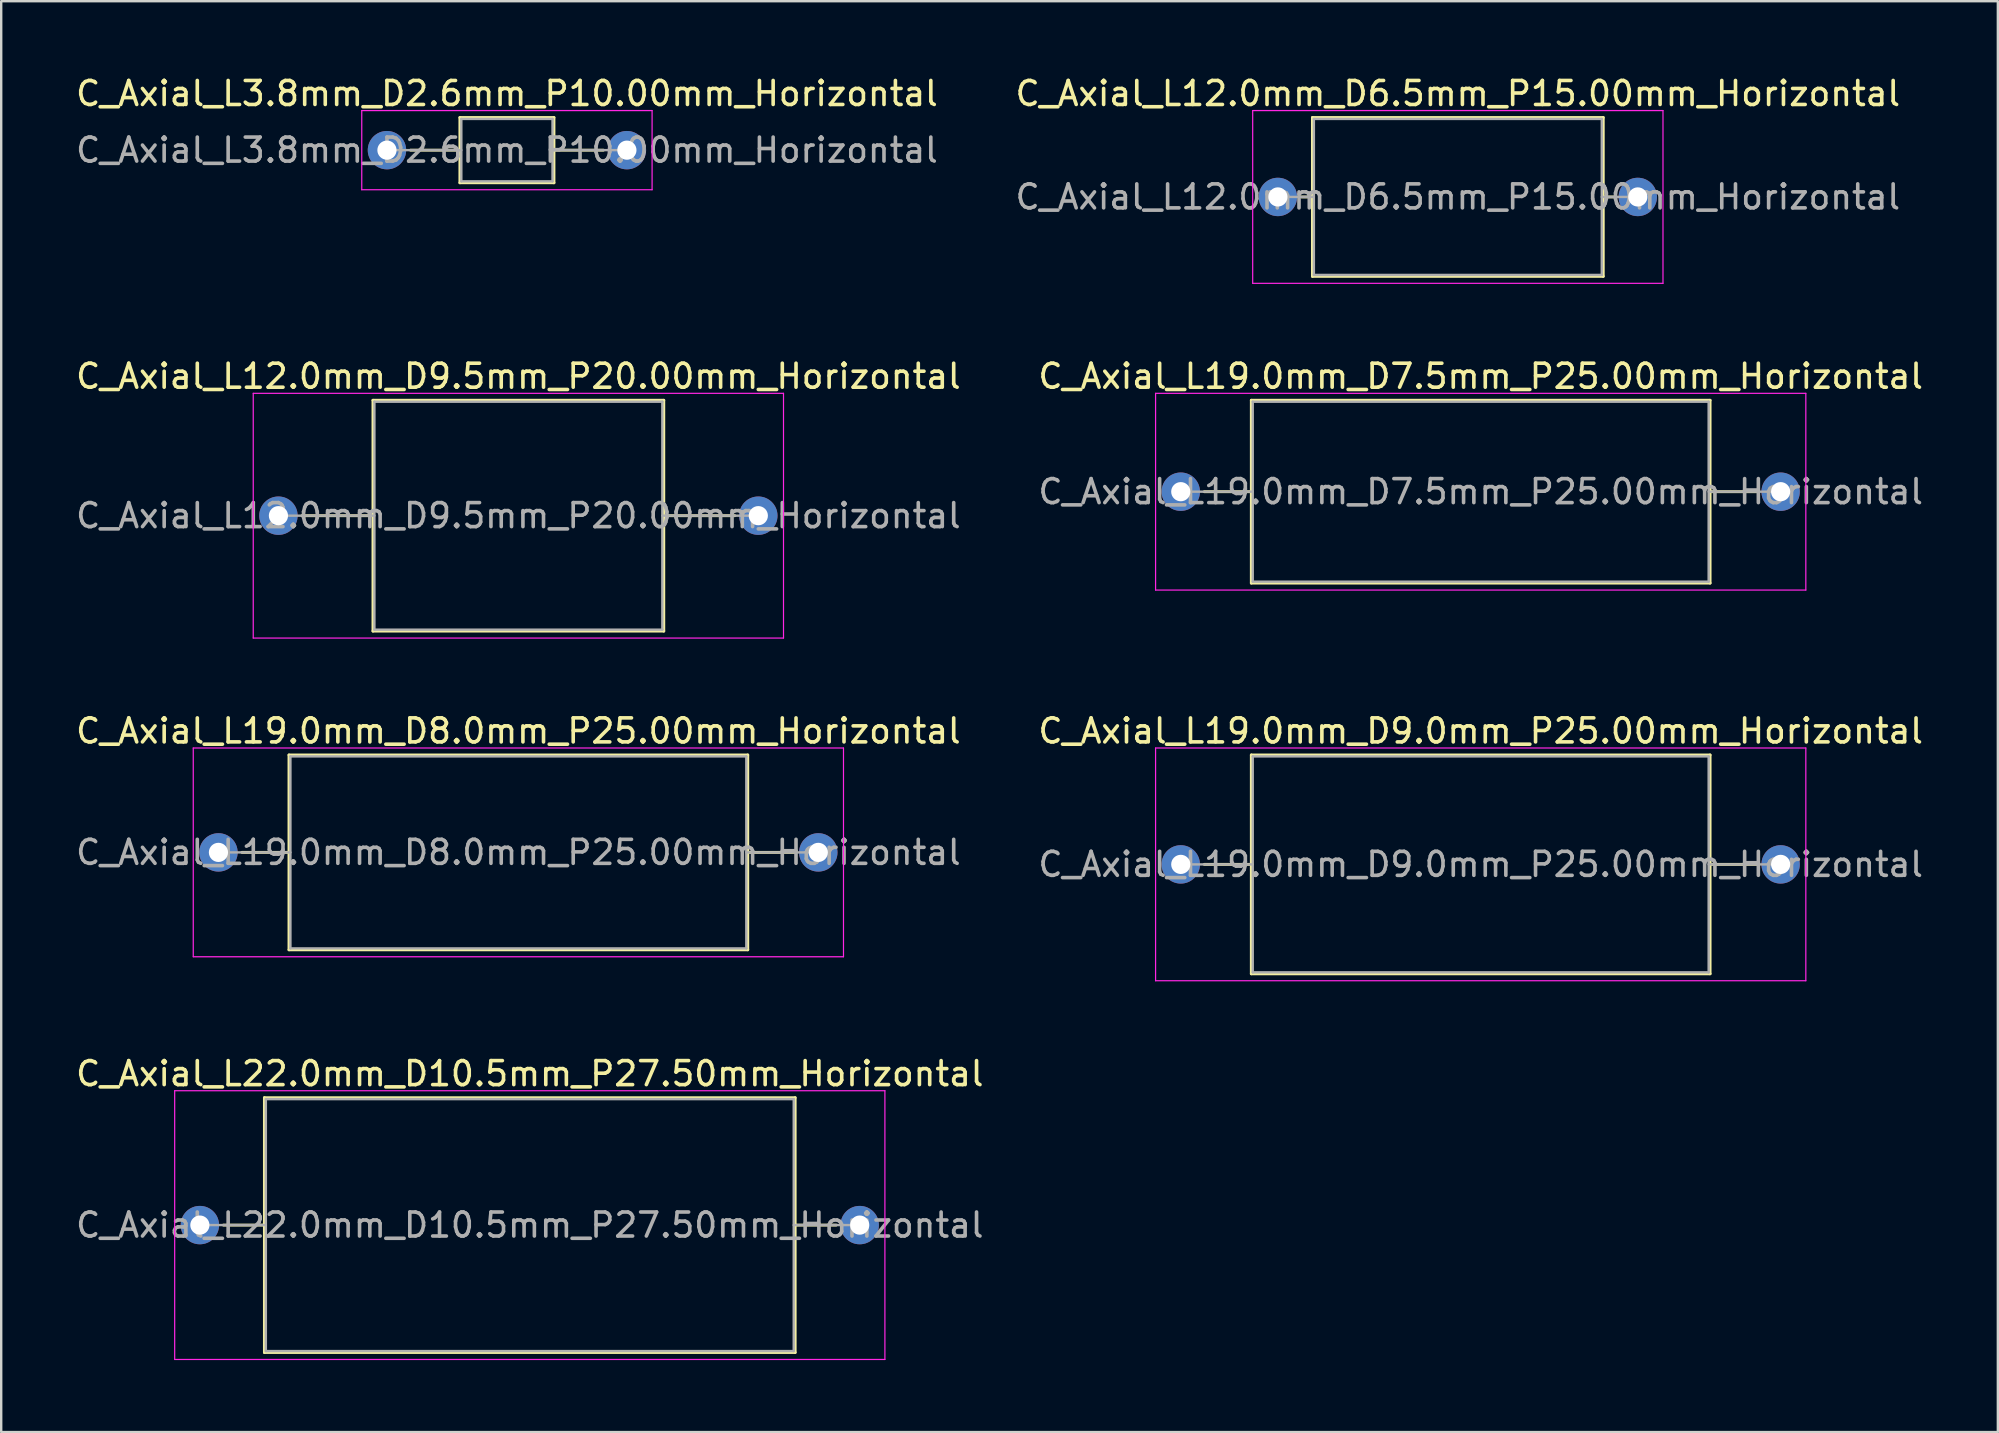
<source format=kicad_pcb>
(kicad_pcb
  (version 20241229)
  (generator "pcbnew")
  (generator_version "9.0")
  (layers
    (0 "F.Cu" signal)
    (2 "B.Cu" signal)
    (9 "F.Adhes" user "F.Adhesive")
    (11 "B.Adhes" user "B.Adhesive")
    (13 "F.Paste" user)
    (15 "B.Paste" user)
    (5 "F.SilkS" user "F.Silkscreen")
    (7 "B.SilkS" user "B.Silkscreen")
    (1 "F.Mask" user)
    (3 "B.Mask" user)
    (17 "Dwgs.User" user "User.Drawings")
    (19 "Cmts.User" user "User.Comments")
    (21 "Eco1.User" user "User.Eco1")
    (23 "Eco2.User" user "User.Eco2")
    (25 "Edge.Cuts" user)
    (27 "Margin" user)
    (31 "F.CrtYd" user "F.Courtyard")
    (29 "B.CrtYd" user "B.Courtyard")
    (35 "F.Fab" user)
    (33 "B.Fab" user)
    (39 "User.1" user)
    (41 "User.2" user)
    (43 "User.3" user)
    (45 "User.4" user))
  (footprint "C_Axial_L19.0mm_D8.0mm_P25.00mm_Horizontal"
    (layer "F.Cu")
    (at 6.054 32.475)
    (property "Reference" "C_Axial_L19.0mm_D8.0mm_P25.00mm_Horizontal" (at 12.5 -5.06 0) (layer "F.SilkS") (effects (font (size 1 1) (thickness 0.15))))
    (attr through_hole)
    (fp_line (start 0.98 0) (end 2.94 0) (stroke (width 0.12) (type solid)) (layer "F.SilkS"))
    (fp_line (start 2.94 -4.06) (end 2.94 4.06) (stroke (width 0.12) (type solid)) (layer "F.SilkS"))
    (fp_line (start 2.94 4.06) (end 22.06 4.06) (stroke (width 0.12) (type solid)) (layer "F.SilkS"))
    (fp_line (start 22.06 -4.06) (end 2.94 -4.06) (stroke (width 0.12) (type solid)) (layer "F.SilkS"))
    (fp_line (start 22.06 4.06) (end 22.06 -4.06) (stroke (width 0.12) (type solid)) (layer "F.SilkS"))
    (fp_line (start 24.02 0) (end 22.06 0) (stroke (width 0.12) (type solid)) (layer "F.SilkS"))
    (fp_line (start -1.05 -4.35) (end -1.05 4.35) (stroke (width 0.05) (type solid)) (layer "F.CrtYd"))
    (fp_line (start -1.05 4.35) (end 26.05 4.35) (stroke (width 0.05) (type solid)) (layer "F.CrtYd"))
    (fp_line (start 26.05 -4.35) (end -1.05 -4.35) (stroke (width 0.05) (type solid)) (layer "F.CrtYd"))
    (fp_line (start 26.05 4.35) (end 26.05 -4.35) (stroke (width 0.05) (type solid)) (layer "F.CrtYd"))
    (fp_line (start 0 0) (end 3 0) (stroke (width 0.1) (type solid)) (layer "F.Fab"))
    (fp_line (start 3 -4) (end 3 4) (stroke (width 0.1) (type solid)) (layer "F.Fab"))
    (fp_line (start 3 4) (end 22 4) (stroke (width 0.1) (type solid)) (layer "F.Fab"))
    (fp_line (start 22 -4) (end 3 -4) (stroke (width 0.1) (type solid)) (layer "F.Fab"))
    (fp_line (start 22 4) (end 22 -4) (stroke (width 0.1) (type solid)) (layer "F.Fab"))
    (fp_line (start 25 0) (end 22 0) (stroke (width 0.1) (type solid)) (layer "F.Fab"))
    (fp_text user "${REFERENCE}" (at 12.5 0 0) (layer "F.Fab") (effects (font (size 1 1) (thickness 0.15))))
    (pad "1" thru_hole circle (at 0 0) (size 1.6 1.6) (drill 0.8) (layers "*.Cu" "*.Mask"))
    (pad "2" thru_hole oval (at 25 0) (size 1.6 1.6) (drill 0.8) (layers "*.Cu" "*.Mask")))
  (footprint "C_Axial_L3.8mm_D2.6mm_P10.00mm_Horizontal"
    (layer "F.Cu")
    (at 13.077 3.208)
    (property "Reference" "C_Axial_L3.8mm_D2.6mm_P10.00mm_Horizontal" (at 5 -2.36 0) (layer "F.SilkS") (effects (font (size 1 1) (thickness 0.15))))
    (attr through_hole)
    (fp_line (start 0.98 0) (end 3.04 0) (stroke (width 0.12) (type solid)) (layer "F.SilkS"))
    (fp_line (start 3.04 -1.36) (end 3.04 1.36) (stroke (width 0.12) (type solid)) (layer "F.SilkS"))
    (fp_line (start 3.04 1.36) (end 6.96 1.36) (stroke (width 0.12) (type solid)) (layer "F.SilkS"))
    (fp_line (start 6.96 -1.36) (end 3.04 -1.36) (stroke (width 0.12) (type solid)) (layer "F.SilkS"))
    (fp_line (start 6.96 1.36) (end 6.96 -1.36) (stroke (width 0.12) (type solid)) (layer "F.SilkS"))
    (fp_line (start 9.02 0) (end 6.96 0) (stroke (width 0.12) (type solid)) (layer "F.SilkS"))
    (fp_line (start -1.05 -1.65) (end -1.05 1.65) (stroke (width 0.05) (type solid)) (layer "F.CrtYd"))
    (fp_line (start -1.05 1.65) (end 11.05 1.65) (stroke (width 0.05) (type solid)) (layer "F.CrtYd"))
    (fp_line (start 11.05 -1.65) (end -1.05 -1.65) (stroke (width 0.05) (type solid)) (layer "F.CrtYd"))
    (fp_line (start 11.05 1.65) (end 11.05 -1.65) (stroke (width 0.05) (type solid)) (layer "F.CrtYd"))
    (fp_line (start 0 0) (end 3.1 0) (stroke (width 0.1) (type solid)) (layer "F.Fab"))
    (fp_line (start 3.1 -1.3) (end 3.1 1.3) (stroke (width 0.1) (type solid)) (layer "F.Fab"))
    (fp_line (start 3.1 1.3) (end 6.9 1.3) (stroke (width 0.1) (type solid)) (layer "F.Fab"))
    (fp_line (start 6.9 -1.3) (end 3.1 -1.3) (stroke (width 0.1) (type solid)) (layer "F.Fab"))
    (fp_line (start 6.9 1.3) (end 6.9 -1.3) (stroke (width 0.1) (type solid)) (layer "F.Fab"))
    (fp_line (start 10 0) (end 6.9 0) (stroke (width 0.1) (type solid)) (layer "F.Fab"))
    (fp_text user "${REFERENCE}" (at 5 0 0) (layer "F.Fab") (effects (font (size 1 1) (thickness 0.15))))
    (pad "1" thru_hole circle (at 0 0) (size 1.6 1.6) (drill 0.8) (layers "*.Cu" "*.Mask"))
    (pad "2" thru_hole oval (at 10 0) (size 1.6 1.6) (drill 0.8) (layers "*.Cu" "*.Mask")))
  (footprint "C_Axial_L19.0mm_D7.5mm_P25.00mm_Horizontal"
    (layer "F.Cu")
    (at 46.161 17.442)
    (property "Reference" "C_Axial_L19.0mm_D7.5mm_P25.00mm_Horizontal" (at 12.5 -4.81 0) (layer "F.SilkS") (effects (font (size 1 1) (thickness 0.15))))
    (attr through_hole)
    (fp_line (start 0.98 0) (end 2.94 0) (stroke (width 0.12) (type solid)) (layer "F.SilkS"))
    (fp_line (start 2.94 -3.81) (end 2.94 3.81) (stroke (width 0.12) (type solid)) (layer "F.SilkS"))
    (fp_line (start 2.94 3.81) (end 22.06 3.81) (stroke (width 0.12) (type solid)) (layer "F.SilkS"))
    (fp_line (start 22.06 -3.81) (end 2.94 -3.81) (stroke (width 0.12) (type solid)) (layer "F.SilkS"))
    (fp_line (start 22.06 3.81) (end 22.06 -3.81) (stroke (width 0.12) (type solid)) (layer "F.SilkS"))
    (fp_line (start 24.02 0) (end 22.06 0) (stroke (width 0.12) (type solid)) (layer "F.SilkS"))
    (fp_line (start -1.05 -4.1) (end -1.05 4.1) (stroke (width 0.05) (type solid)) (layer "F.CrtYd"))
    (fp_line (start -1.05 4.1) (end 26.05 4.1) (stroke (width 0.05) (type solid)) (layer "F.CrtYd"))
    (fp_line (start 26.05 -4.1) (end -1.05 -4.1) (stroke (width 0.05) (type solid)) (layer "F.CrtYd"))
    (fp_line (start 26.05 4.1) (end 26.05 -4.1) (stroke (width 0.05) (type solid)) (layer "F.CrtYd"))
    (fp_line (start 0 0) (end 3 0) (stroke (width 0.1) (type solid)) (layer "F.Fab"))
    (fp_line (start 3 -3.75) (end 3 3.75) (stroke (width 0.1) (type solid)) (layer "F.Fab"))
    (fp_line (start 3 3.75) (end 22 3.75) (stroke (width 0.1) (type solid)) (layer "F.Fab"))
    (fp_line (start 22 -3.75) (end 3 -3.75) (stroke (width 0.1) (type solid)) (layer "F.Fab"))
    (fp_line (start 22 3.75) (end 22 -3.75) (stroke (width 0.1) (type solid)) (layer "F.Fab"))
    (fp_line (start 25 0) (end 22 0) (stroke (width 0.1) (type solid)) (layer "F.Fab"))
    (fp_text user "${REFERENCE}" (at 12.5 0 0) (layer "F.Fab") (effects (font (size 1 1) (thickness 0.15))))
    (pad "1" thru_hole circle (at 0 0) (size 1.6 1.6) (drill 0.8) (layers "*.Cu" "*.Mask"))
    (pad "2" thru_hole oval (at 25 0) (size 1.6 1.6) (drill 0.8) (layers "*.Cu" "*.Mask")))
  (footprint "C_Axial_L22.0mm_D10.5mm_P27.50mm_Horizontal"
    (layer "F.Cu")
    (at 5.28 48.008)
    (property "Reference" "C_Axial_L22.0mm_D10.5mm_P27.50mm_Horizontal" (at 13.75 -6.31 0) (layer "F.SilkS") (effects (font (size 1 1) (thickness 0.15))))
    (attr through_hole)
    (fp_line (start 0.98 0) (end 2.69 0) (stroke (width 0.12) (type solid)) (layer "F.SilkS"))
    (fp_line (start 2.69 -5.31) (end 2.69 5.31) (stroke (width 0.12) (type solid)) (layer "F.SilkS"))
    (fp_line (start 2.69 5.31) (end 24.81 5.31) (stroke (width 0.12) (type solid)) (layer "F.SilkS"))
    (fp_line (start 24.81 -5.31) (end 2.69 -5.31) (stroke (width 0.12) (type solid)) (layer "F.SilkS"))
    (fp_line (start 24.81 5.31) (end 24.81 -5.31) (stroke (width 0.12) (type solid)) (layer "F.SilkS"))
    (fp_line (start 26.52 0) (end 24.81 0) (stroke (width 0.12) (type solid)) (layer "F.SilkS"))
    (fp_line (start -1.05 -5.6) (end -1.05 5.6) (stroke (width 0.05) (type solid)) (layer "F.CrtYd"))
    (fp_line (start -1.05 5.6) (end 28.55 5.6) (stroke (width 0.05) (type solid)) (layer "F.CrtYd"))
    (fp_line (start 28.55 -5.6) (end -1.05 -5.6) (stroke (width 0.05) (type solid)) (layer "F.CrtYd"))
    (fp_line (start 28.55 5.6) (end 28.55 -5.6) (stroke (width 0.05) (type solid)) (layer "F.CrtYd"))
    (fp_line (start 0 0) (end 2.75 0) (stroke (width 0.1) (type solid)) (layer "F.Fab"))
    (fp_line (start 2.75 -5.25) (end 2.75 5.25) (stroke (width 0.1) (type solid)) (layer "F.Fab"))
    (fp_line (start 2.75 5.25) (end 24.75 5.25) (stroke (width 0.1) (type solid)) (layer "F.Fab"))
    (fp_line (start 24.75 -5.25) (end 2.75 -5.25) (stroke (width 0.1) (type solid)) (layer "F.Fab"))
    (fp_line (start 24.75 5.25) (end 24.75 -5.25) (stroke (width 0.1) (type solid)) (layer "F.Fab"))
    (fp_line (start 27.5 0) (end 24.75 0) (stroke (width 0.1) (type solid)) (layer "F.Fab"))
    (fp_text user "${REFERENCE}" (at 13.75 0 0) (layer "F.Fab") (effects (font (size 1 1) (thickness 0.15))))
    (pad "1" thru_hole circle (at 0 0) (size 1.6 1.6) (drill 0.8) (layers "*.Cu" "*.Mask"))
    (pad "2" thru_hole oval (at 27.5 0) (size 1.6 1.6) (drill 0.8) (layers "*.Cu" "*.Mask")))
  (footprint "C_Axial_L19.0mm_D9.0mm_P25.00mm_Horizontal"
    (layer "F.Cu")
    (at 46.161 32.975)
    (property "Reference" "C_Axial_L19.0mm_D9.0mm_P25.00mm_Horizontal" (at 12.5 -5.56 0) (layer "F.SilkS") (effects (font (size 1 1) (thickness 0.15))))
    (attr through_hole)
    (fp_line (start 0.98 0) (end 2.94 0) (stroke (width 0.12) (type solid)) (layer "F.SilkS"))
    (fp_line (start 2.94 -4.56) (end 2.94 4.56) (stroke (width 0.12) (type solid)) (layer "F.SilkS"))
    (fp_line (start 2.94 4.56) (end 22.06 4.56) (stroke (width 0.12) (type solid)) (layer "F.SilkS"))
    (fp_line (start 22.06 -4.56) (end 2.94 -4.56) (stroke (width 0.12) (type solid)) (layer "F.SilkS"))
    (fp_line (start 22.06 4.56) (end 22.06 -4.56) (stroke (width 0.12) (type solid)) (layer "F.SilkS"))
    (fp_line (start 24.02 0) (end 22.06 0) (stroke (width 0.12) (type solid)) (layer "F.SilkS"))
    (fp_line (start -1.05 -4.85) (end -1.05 4.85) (stroke (width 0.05) (type solid)) (layer "F.CrtYd"))
    (fp_line (start -1.05 4.85) (end 26.05 4.85) (stroke (width 0.05) (type solid)) (layer "F.CrtYd"))
    (fp_line (start 26.05 -4.85) (end -1.05 -4.85) (stroke (width 0.05) (type solid)) (layer "F.CrtYd"))
    (fp_line (start 26.05 4.85) (end 26.05 -4.85) (stroke (width 0.05) (type solid)) (layer "F.CrtYd"))
    (fp_line (start 0 0) (end 3 0) (stroke (width 0.1) (type solid)) (layer "F.Fab"))
    (fp_line (start 3 -4.5) (end 3 4.5) (stroke (width 0.1) (type solid)) (layer "F.Fab"))
    (fp_line (start 3 4.5) (end 22 4.5) (stroke (width 0.1) (type solid)) (layer "F.Fab"))
    (fp_line (start 22 -4.5) (end 3 -4.5) (stroke (width 0.1) (type solid)) (layer "F.Fab"))
    (fp_line (start 22 4.5) (end 22 -4.5) (stroke (width 0.1) (type solid)) (layer "F.Fab"))
    (fp_line (start 25 0) (end 22 0) (stroke (width 0.1) (type solid)) (layer "F.Fab"))
    (fp_text user "${REFERENCE}" (at 12.5 0 0) (layer "F.Fab") (effects (font (size 1 1) (thickness 0.15))))
    (pad "1" thru_hole circle (at 0 0) (size 1.6 1.6) (drill 0.8) (layers "*.Cu" "*.Mask"))
    (pad "2" thru_hole oval (at 25 0) (size 1.6 1.6) (drill 0.8) (layers "*.Cu" "*.Mask")))
  (footprint "C_Axial_L12.0mm_D6.5mm_P15.00mm_Horizontal"
    (layer "F.Cu")
    (at 50.208 5.158)
    (property "Reference" "C_Axial_L12.0mm_D6.5mm_P15.00mm_Horizontal" (at 7.5 -4.31 0) (layer "F.SilkS") (effects (font (size 1 1) (thickness 0.15))))
    (attr through_hole)
    (fp_line (start 0.98 0) (end 1.44 0) (stroke (width 0.12) (type solid)) (layer "F.SilkS"))
    (fp_line (start 1.44 -3.31) (end 1.44 3.31) (stroke (width 0.12) (type solid)) (layer "F.SilkS"))
    (fp_line (start 1.44 3.31) (end 13.56 3.31) (stroke (width 0.12) (type solid)) (layer "F.SilkS"))
    (fp_line (start 13.56 -3.31) (end 1.44 -3.31) (stroke (width 0.12) (type solid)) (layer "F.SilkS"))
    (fp_line (start 13.56 3.31) (end 13.56 -3.31) (stroke (width 0.12) (type solid)) (layer "F.SilkS"))
    (fp_line (start 14.02 0) (end 13.56 0) (stroke (width 0.12) (type solid)) (layer "F.SilkS"))
    (fp_line (start -1.05 -3.6) (end -1.05 3.6) (stroke (width 0.05) (type solid)) (layer "F.CrtYd"))
    (fp_line (start -1.05 3.6) (end 16.05 3.6) (stroke (width 0.05) (type solid)) (layer "F.CrtYd"))
    (fp_line (start 16.05 -3.6) (end -1.05 -3.6) (stroke (width 0.05) (type solid)) (layer "F.CrtYd"))
    (fp_line (start 16.05 3.6) (end 16.05 -3.6) (stroke (width 0.05) (type solid)) (layer "F.CrtYd"))
    (fp_line (start 0 0) (end 1.5 0) (stroke (width 0.1) (type solid)) (layer "F.Fab"))
    (fp_line (start 1.5 -3.25) (end 1.5 3.25) (stroke (width 0.1) (type solid)) (layer "F.Fab"))
    (fp_line (start 1.5 3.25) (end 13.5 3.25) (stroke (width 0.1) (type solid)) (layer "F.Fab"))
    (fp_line (start 13.5 -3.25) (end 1.5 -3.25) (stroke (width 0.1) (type solid)) (layer "F.Fab"))
    (fp_line (start 13.5 3.25) (end 13.5 -3.25) (stroke (width 0.1) (type solid)) (layer "F.Fab"))
    (fp_line (start 15 0) (end 13.5 0) (stroke (width 0.1) (type solid)) (layer "F.Fab"))
    (fp_text user "${REFERENCE}" (at 7.5 0 0) (layer "F.Fab") (effects (font (size 1 1) (thickness 0.15))))
    (pad "1" thru_hole circle (at 0 0) (size 1.6 1.6) (drill 0.8) (layers "*.Cu" "*.Mask"))
    (pad "2" thru_hole oval (at 15 0) (size 1.6 1.6) (drill 0.8) (layers "*.Cu" "*.Mask")))
  (footprint "C_Axial_L12.0mm_D9.5mm_P20.00mm_Horizontal"
    (layer "F.Cu")
    (at 8.554 18.442)
    (property "Reference" "C_Axial_L12.0mm_D9.5mm_P20.00mm_Horizontal" (at 10 -5.81 0) (layer "F.SilkS") (effects (font (size 1 1) (thickness 0.15))))
    (attr through_hole)
    (fp_line (start 0.98 0) (end 3.94 0) (stroke (width 0.12) (type solid)) (layer "F.SilkS"))
    (fp_line (start 3.94 -4.81) (end 3.94 4.81) (stroke (width 0.12) (type solid)) (layer "F.SilkS"))
    (fp_line (start 3.94 4.81) (end 16.06 4.81) (stroke (width 0.12) (type solid)) (layer "F.SilkS"))
    (fp_line (start 16.06 -4.81) (end 3.94 -4.81) (stroke (width 0.12) (type solid)) (layer "F.SilkS"))
    (fp_line (start 16.06 4.81) (end 16.06 -4.81) (stroke (width 0.12) (type solid)) (layer "F.SilkS"))
    (fp_line (start 19.02 0) (end 16.06 0) (stroke (width 0.12) (type solid)) (layer "F.SilkS"))
    (fp_line (start -1.05 -5.1) (end -1.05 5.1) (stroke (width 0.05) (type solid)) (layer "F.CrtYd"))
    (fp_line (start -1.05 5.1) (end 21.05 5.1) (stroke (width 0.05) (type solid)) (layer "F.CrtYd"))
    (fp_line (start 21.05 -5.1) (end -1.05 -5.1) (stroke (width 0.05) (type solid)) (layer "F.CrtYd"))
    (fp_line (start 21.05 5.1) (end 21.05 -5.1) (stroke (width 0.05) (type solid)) (layer "F.CrtYd"))
    (fp_line (start 0 0) (end 4 0) (stroke (width 0.1) (type solid)) (layer "F.Fab"))
    (fp_line (start 4 -4.75) (end 4 4.75) (stroke (width 0.1) (type solid)) (layer "F.Fab"))
    (fp_line (start 4 4.75) (end 16 4.75) (stroke (width 0.1) (type solid)) (layer "F.Fab"))
    (fp_line (start 16 -4.75) (end 4 -4.75) (stroke (width 0.1) (type solid)) (layer "F.Fab"))
    (fp_line (start 16 4.75) (end 16 -4.75) (stroke (width 0.1) (type solid)) (layer "F.Fab"))
    (fp_line (start 20 0) (end 16 0) (stroke (width 0.1) (type solid)) (layer "F.Fab"))
    (fp_text user "${REFERENCE}" (at 10 0 0) (layer "F.Fab") (effects (font (size 1 1) (thickness 0.15))))
    (pad "1" thru_hole circle (at 0 0) (size 1.6 1.6) (drill 0.8) (layers "*.Cu" "*.Mask"))
    (pad "2" thru_hole oval (at 20 0) (size 1.6 1.6) (drill 0.8) (layers "*.Cu" "*.Mask")))
  (gr_rect
    (start -3 -3)
    (end 80.214 56.633)
    (stroke (width 0.1) (type default))
    (fill no)
    (layer "Edge.Cuts")))
</source>
